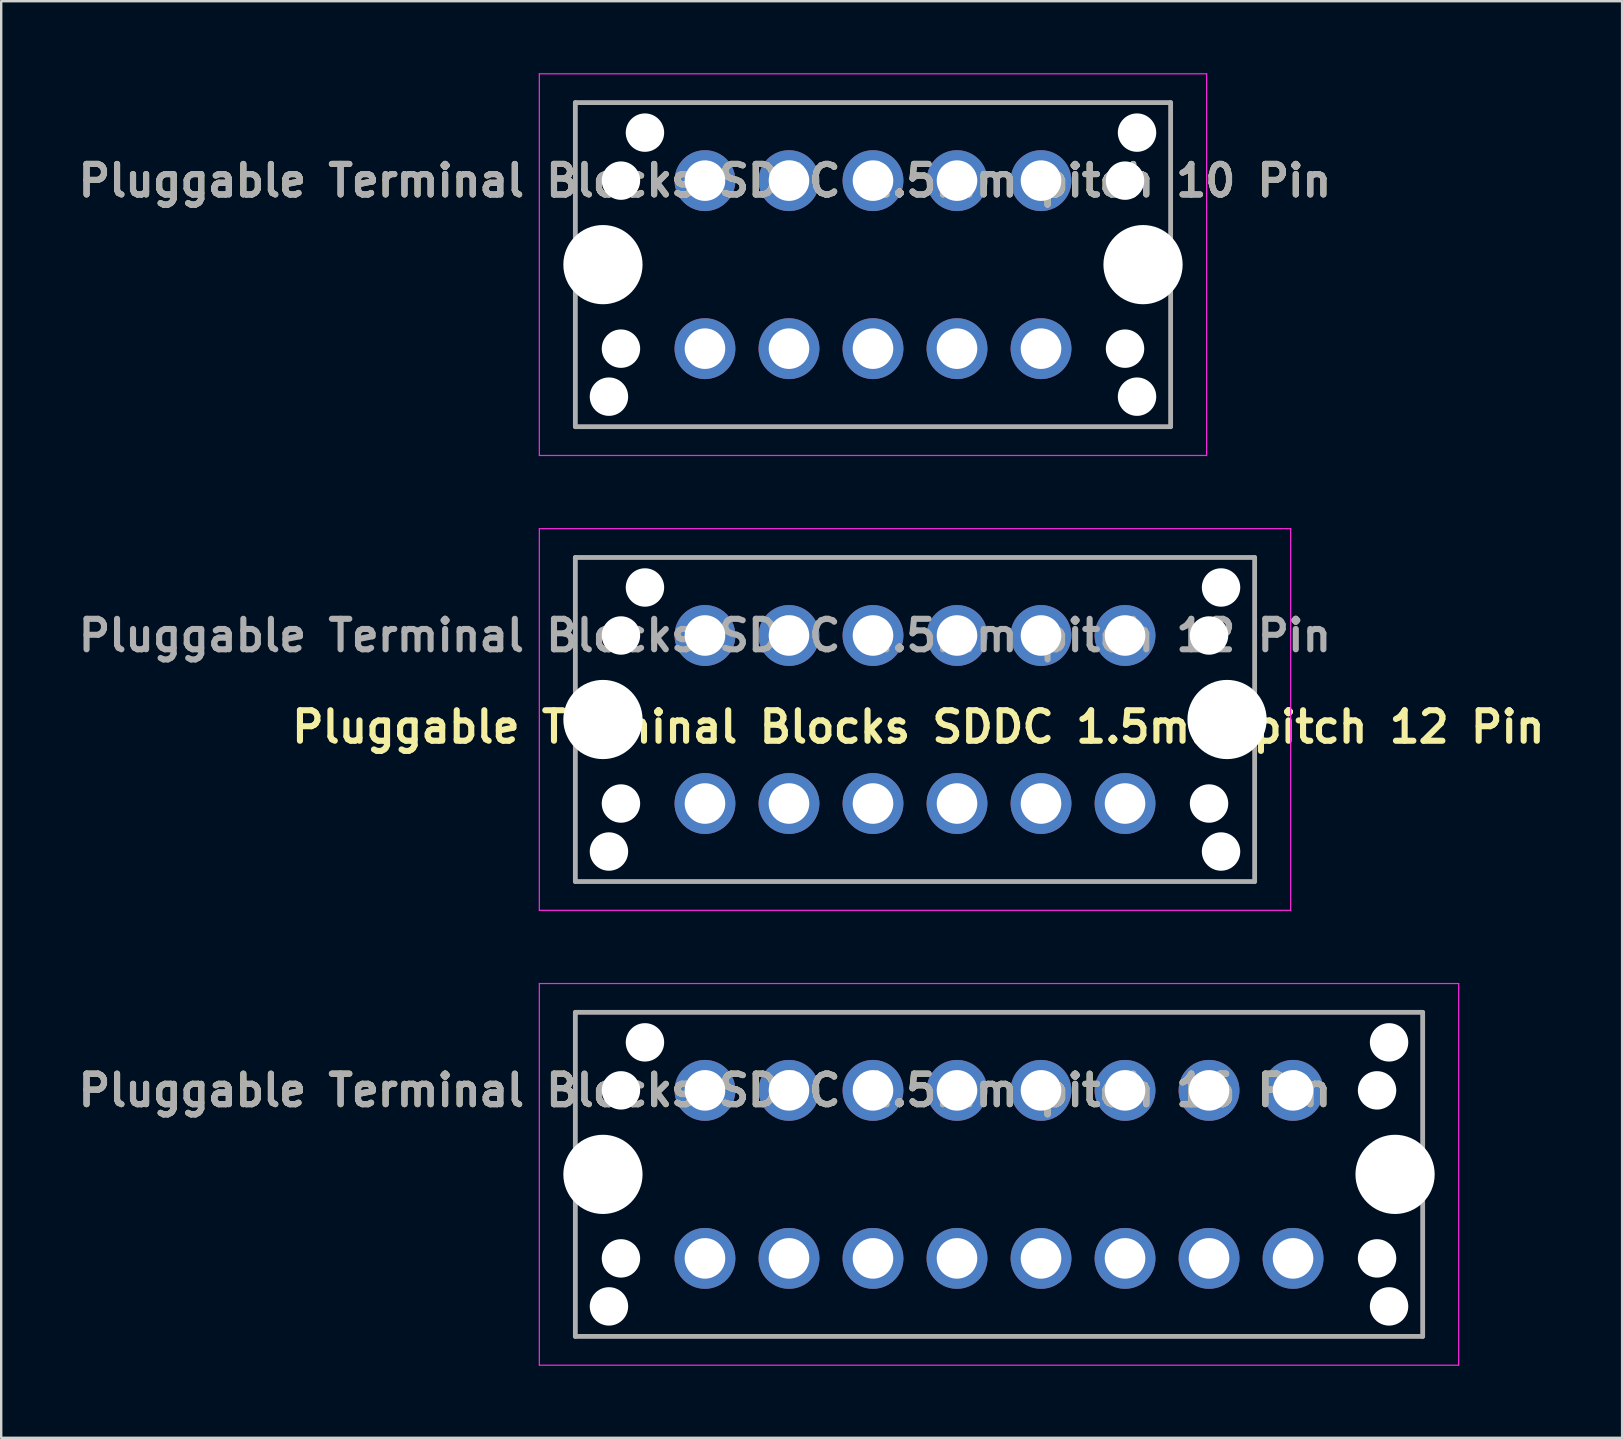
<source format=kicad_pcb>
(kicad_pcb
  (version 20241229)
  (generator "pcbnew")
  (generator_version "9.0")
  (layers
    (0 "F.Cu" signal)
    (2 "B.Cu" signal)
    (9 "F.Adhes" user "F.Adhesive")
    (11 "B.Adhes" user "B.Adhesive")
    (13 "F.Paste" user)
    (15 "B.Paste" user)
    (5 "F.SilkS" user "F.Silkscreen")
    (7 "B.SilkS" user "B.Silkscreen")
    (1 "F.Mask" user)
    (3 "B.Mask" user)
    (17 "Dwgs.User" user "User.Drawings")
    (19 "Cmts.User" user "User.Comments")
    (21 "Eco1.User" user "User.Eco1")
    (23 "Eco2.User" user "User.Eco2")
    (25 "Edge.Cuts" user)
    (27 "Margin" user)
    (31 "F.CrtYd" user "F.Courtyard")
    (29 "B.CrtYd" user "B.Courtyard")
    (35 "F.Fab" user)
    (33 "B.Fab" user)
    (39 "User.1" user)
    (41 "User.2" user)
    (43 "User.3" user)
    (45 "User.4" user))
  (footprint "Pluggable Terminal Blocks SDDC 1.5mm pitch 16 Pin"
    (layer "F.Cu")
    (at 26.319 42.375)
    (property "Reference" "Pluggable Terminal Blocks SDDC 1.5mm pitch 16 Pin" (at 0 0 0) (layer "F.SilkS") (effects (font (size 1.27 1.27) (thickness 0.254))))
    (attr through_hole)
    (fp_line (start -5.4 -3.25) (end 29.9 -3.25) (stroke (width 0.1) (type solid)) (layer "F.SilkS"))
    (fp_line (start 29.9 10.25) (end -5.4 10.25) (stroke (width 0.1) (type solid)) (layer "F.SilkS"))
    (fp_line (start -6.9 -4.45) (end 31.4 -4.45) (stroke (width 0.05) (type solid)) (layer "F.CrtYd"))
    (fp_line (start -6.9 11.45) (end -6.9 -4.45) (stroke (width 0.05) (type solid)) (layer "F.CrtYd"))
    (fp_line (start 31.4 -4.45) (end 31.4 11.45) (stroke (width 0.05) (type solid)) (layer "F.CrtYd"))
    (fp_line (start 31.4 11.45) (end -6.9 11.45) (stroke (width 0.05) (type solid)) (layer "F.CrtYd"))
    (fp_line (start -5.4 -3.25) (end 29.9 -3.25) (stroke (width 0.2) (type solid)) (layer "F.Fab"))
    (fp_line (start -5.4 10.25) (end -5.4 -3.25) (stroke (width 0.2) (type solid)) (layer "F.Fab"))
    (fp_line (start 29.9 -3.25) (end 29.9 10.25) (stroke (width 0.2) (type solid)) (layer "F.Fab"))
    (fp_line (start 29.9 10.25) (end -5.4 10.25) (stroke (width 0.2) (type solid)) (layer "F.Fab"))
    (fp_text user "${REFERENCE}" (at 0 0 0) (layer "F.Fab") (effects (font (size 1.27 1.27) (thickness 0.254))))
    (pad "" np_thru_hole circle (at -4.25 3.5) (size 3.3 3.3) (drill 3.3) (layers "*.Cu" "*.Mask"))
    (pad "" np_thru_hole circle (at -4 9) (size 1.6 1.6) (drill 1.6) (layers "*.Cu" "*.Mask"))
    (pad "" np_thru_hole circle (at -3.5 0) (size 1.6 1.6) (drill 1.6) (layers "*.Cu" "*.Mask"))
    (pad "" np_thru_hole circle (at -3.5 7) (size 1.6 1.6) (drill 1.6) (layers "*.Cu" "*.Mask"))
    (pad "" np_thru_hole circle (at -2.5 -2) (size 1.6 1.6) (drill 1.6) (layers "*.Cu" "*.Mask"))
    (pad "" np_thru_hole circle (at 28 0) (size 1.6 1.6) (drill 1.6) (layers "*.Cu" "*.Mask"))
    (pad "" np_thru_hole circle (at 28 7) (size 1.6 1.6) (drill 1.6) (layers "*.Cu" "*.Mask"))
    (pad "" np_thru_hole circle (at 28.5 -2) (size 1.6 1.6) (drill 1.6) (layers "*.Cu" "*.Mask"))
    (pad "" np_thru_hole circle (at 28.5 9) (size 1.6 1.6) (drill 1.6) (layers "*.Cu" "*.Mask"))
    (pad "" np_thru_hole circle (at 28.75 3.5) (size 3.3 3.3) (drill 3.3) (layers "*.Cu" "*.Mask"))
    (pad "1" thru_hole circle (at 0 0) (size 2.535 2.535) (drill 1.69) (layers "*.Cu" "*.Mask"))
    (pad "2" thru_hole circle (at 3.5 0) (size 2.535 2.535) (drill 1.69) (layers "*.Cu" "*.Mask"))
    (pad "3" thru_hole circle (at 7 0) (size 2.535 2.535) (drill 1.69) (layers "*.Cu" "*.Mask"))
    (pad "4" thru_hole circle (at 10.5 0) (size 2.535 2.535) (drill 1.69) (layers "*.Cu" "*.Mask"))
    (pad "5" thru_hole circle (at 14 0) (size 2.535 2.535) (drill 1.69) (layers "*.Cu" "*.Mask"))
    (pad "6" thru_hole circle (at 17.5 0) (size 2.535 2.535) (drill 1.69) (layers "*.Cu" "*.Mask"))
    (pad "7" thru_hole circle (at 21 0) (size 2.535 2.535) (drill 1.69) (layers "*.Cu" "*.Mask"))
    (pad "8" thru_hole circle (at 24.5 0) (size 2.535 2.535) (drill 1.69) (layers "*.Cu" "*.Mask"))
    (pad "9" thru_hole circle (at 0 7) (size 2.535 2.535) (drill 1.69) (layers "*.Cu" "*.Mask"))
    (pad "10" thru_hole circle (at 3.5 7) (size 2.535 2.535) (drill 1.69) (layers "*.Cu" "*.Mask"))
    (pad "11" thru_hole circle (at 7 7) (size 2.535 2.535) (drill 1.69) (layers "*.Cu" "*.Mask"))
    (pad "12" thru_hole circle (at 10.5 7) (size 2.535 2.535) (drill 1.69) (layers "*.Cu" "*.Mask"))
    (pad "13" thru_hole circle (at 14 7) (size 2.535 2.535) (drill 1.69) (layers "*.Cu" "*.Mask"))
    (pad "14" thru_hole circle (at 17.5 7) (size 2.535 2.535) (drill 1.69) (layers "*.Cu" "*.Mask"))
    (pad "15" thru_hole circle (at 21 7) (size 2.535 2.535) (drill 1.69) (layers "*.Cu" "*.Mask"))
    (pad "16" thru_hole circle (at 24.5 7) (size 2.535 2.535) (drill 1.69) (layers "*.Cu" "*.Mask")))
  (footprint "Pluggable Terminal Blocks SDDC 1.5mm pitch 10 Pin"
    (layer "F.Cu")
    (at 26.319 4.475)
    (property "Reference" "Pluggable Terminal Blocks SDDC 1.5mm pitch 10 Pin" (at 0 0 0) (layer "F.SilkS") (effects (font (size 1.27 1.27) (thickness 0.254))))
    (attr through_hole)
    (fp_line (start -5.4 -3.25) (end 19.4 -3.25) (stroke (width 0.1) (type solid)) (layer "F.SilkS"))
    (fp_line (start 19.4 10.25) (end -5.4 10.25) (stroke (width 0.1) (type solid)) (layer "F.SilkS"))
    (fp_line (start -6.9 -4.45) (end 20.9 -4.45) (stroke (width 0.05) (type solid)) (layer "F.CrtYd"))
    (fp_line (start -6.9 11.45) (end -6.9 -4.45) (stroke (width 0.05) (type solid)) (layer "F.CrtYd"))
    (fp_line (start 20.9 -4.45) (end 20.9 11.45) (stroke (width 0.05) (type solid)) (layer "F.CrtYd"))
    (fp_line (start 20.9 11.45) (end -6.9 11.45) (stroke (width 0.05) (type solid)) (layer "F.CrtYd"))
    (fp_line (start -5.4 -3.25) (end 19.4 -3.25) (stroke (width 0.2) (type solid)) (layer "F.Fab"))
    (fp_line (start -5.4 10.25) (end -5.4 -3.25) (stroke (width 0.2) (type solid)) (layer "F.Fab"))
    (fp_line (start 19.4 -3.25) (end 19.4 10.25) (stroke (width 0.2) (type solid)) (layer "F.Fab"))
    (fp_line (start 19.4 10.25) (end -5.4 10.25) (stroke (width 0.2) (type solid)) (layer "F.Fab"))
    (fp_text user "${REFERENCE}" (at 0 0 0) (layer "F.Fab") (effects (font (size 1.27 1.27) (thickness 0.254))))
    (pad "" np_thru_hole circle (at -4.25 3.5) (size 3.3 3.3) (drill 3.3) (layers "*.Cu" "*.Mask"))
    (pad "" np_thru_hole circle (at -4 9) (size 1.6 1.6) (drill 1.6) (layers "*.Cu" "*.Mask"))
    (pad "" np_thru_hole circle (at -3.5 0) (size 1.6 1.6) (drill 1.6) (layers "*.Cu" "*.Mask"))
    (pad "" np_thru_hole circle (at -3.5 7) (size 1.6 1.6) (drill 1.6) (layers "*.Cu" "*.Mask"))
    (pad "" np_thru_hole circle (at -2.5 -2) (size 1.6 1.6) (drill 1.6) (layers "*.Cu" "*.Mask"))
    (pad "" np_thru_hole circle (at 17.5 0) (size 1.6 1.6) (drill 1.6) (layers "*.Cu" "*.Mask"))
    (pad "" np_thru_hole circle (at 17.5 7) (size 1.6 1.6) (drill 1.6) (layers "*.Cu" "*.Mask"))
    (pad "" np_thru_hole circle (at 18 -2) (size 1.6 1.6) (drill 1.6) (layers "*.Cu" "*.Mask"))
    (pad "" np_thru_hole circle (at 18 9) (size 1.6 1.6) (drill 1.6) (layers "*.Cu" "*.Mask"))
    (pad "" np_thru_hole circle (at 18.25 3.5) (size 3.3 3.3) (drill 3.3) (layers "*.Cu" "*.Mask"))
    (pad "1" thru_hole circle (at 0 0) (size 2.535 2.535) (drill 1.69) (layers "*.Cu" "*.Mask"))
    (pad "2" thru_hole circle (at 3.5 0) (size 2.535 2.535) (drill 1.69) (layers "*.Cu" "*.Mask"))
    (pad "3" thru_hole circle (at 7 0) (size 2.535 2.535) (drill 1.69) (layers "*.Cu" "*.Mask"))
    (pad "4" thru_hole circle (at 10.5 0) (size 2.535 2.535) (drill 1.69) (layers "*.Cu" "*.Mask"))
    (pad "5" thru_hole circle (at 14 0) (size 2.535 2.535) (drill 1.69) (layers "*.Cu" "*.Mask"))
    (pad "6" thru_hole circle (at 0 7) (size 2.535 2.535) (drill 1.69) (layers "*.Cu" "*.Mask"))
    (pad "7" thru_hole circle (at 3.5 7) (size 2.535 2.535) (drill 1.69) (layers "*.Cu" "*.Mask"))
    (pad "8" thru_hole circle (at 7 7) (size 2.535 2.535) (drill 1.69) (layers "*.Cu" "*.Mask"))
    (pad "9" thru_hole circle (at 10.5 7) (size 2.535 2.535) (drill 1.69) (layers "*.Cu" "*.Mask"))
    (pad "10" thru_hole circle (at 14 7) (size 2.535 2.535) (drill 1.69) (layers "*.Cu" "*.Mask")))
  (footprint "Pluggable Terminal Blocks SDDC 1.5mm pitch 12 Pin"
    (layer "F.Cu")
    (at 26.319 23.425)
    (property "Reference" "Pluggable Terminal Blocks SDDC 1.5mm pitch 12 Pin" (at 8.89 3.81 0) (layer "F.SilkS") (effects (font (size 1.27 1.27) (thickness 0.254))))
    (attr through_hole)
    (fp_line (start -5.4 -3.25) (end 22.9 -3.25) (stroke (width 0.1) (type solid)) (layer "F.SilkS"))
    (fp_line (start 22.9 10.25) (end -5.4 10.25) (stroke (width 0.1) (type solid)) (layer "F.SilkS"))
    (fp_line (start -6.9 -4.45) (end 24.4 -4.45) (stroke (width 0.05) (type solid)) (layer "F.CrtYd"))
    (fp_line (start -6.9 11.45) (end -6.9 -4.45) (stroke (width 0.05) (type solid)) (layer "F.CrtYd"))
    (fp_line (start 24.4 -4.45) (end 24.4 11.45) (stroke (width 0.05) (type solid)) (layer "F.CrtYd"))
    (fp_line (start 24.4 11.45) (end -6.9 11.45) (stroke (width 0.05) (type solid)) (layer "F.CrtYd"))
    (fp_line (start -5.4 -3.25) (end 22.9 -3.25) (stroke (width 0.2) (type solid)) (layer "F.Fab"))
    (fp_line (start -5.4 10.25) (end -5.4 -3.25) (stroke (width 0.2) (type solid)) (layer "F.Fab"))
    (fp_line (start 22.9 -3.25) (end 22.9 10.25) (stroke (width 0.2) (type solid)) (layer "F.Fab"))
    (fp_line (start 22.9 10.25) (end -5.4 10.25) (stroke (width 0.2) (type solid)) (layer "F.Fab"))
    (fp_text user "${REFERENCE}" (at 0 0 0) (layer "F.Fab") (effects (font (size 1.27 1.27) (thickness 0.254))))
    (pad "" np_thru_hole circle (at -4.25 3.5) (size 3.3 3.3) (drill 3.3) (layers "*.Cu" "*.Mask"))
    (pad "" np_thru_hole circle (at -4 9) (size 1.6 1.6) (drill 1.6) (layers "*.Cu" "*.Mask"))
    (pad "" np_thru_hole circle (at -3.5 0) (size 1.6 1.6) (drill 1.6) (layers "*.Cu" "*.Mask"))
    (pad "" np_thru_hole circle (at -3.5 7) (size 1.6 1.6) (drill 1.6) (layers "*.Cu" "*.Mask"))
    (pad "" np_thru_hole circle (at -2.5 -2) (size 1.6 1.6) (drill 1.6) (layers "*.Cu" "*.Mask"))
    (pad "" np_thru_hole circle (at 21 0) (size 1.6 1.6) (drill 1.6) (layers "*.Cu" "*.Mask"))
    (pad "" np_thru_hole circle (at 21 7) (size 1.6 1.6) (drill 1.6) (layers "*.Cu" "*.Mask"))
    (pad "" np_thru_hole circle (at 21.5 -2) (size 1.6 1.6) (drill 1.6) (layers "*.Cu" "*.Mask"))
    (pad "" np_thru_hole circle (at 21.5 9) (size 1.6 1.6) (drill 1.6) (layers "*.Cu" "*.Mask"))
    (pad "" np_thru_hole circle (at 21.75 3.5) (size 3.3 3.3) (drill 3.3) (layers "*.Cu" "*.Mask"))
    (pad "1" thru_hole circle (at 0 0) (size 2.535 2.535) (drill 1.69) (layers "*.Cu" "*.Mask"))
    (pad "2" thru_hole circle (at 3.5 0) (size 2.535 2.535) (drill 1.69) (layers "*.Cu" "*.Mask"))
    (pad "3" thru_hole circle (at 7 0) (size 2.535 2.535) (drill 1.69) (layers "*.Cu" "*.Mask"))
    (pad "4" thru_hole circle (at 10.5 0) (size 2.535 2.535) (drill 1.69) (layers "*.Cu" "*.Mask"))
    (pad "5" thru_hole circle (at 14 0) (size 2.535 2.535) (drill 1.69) (layers "*.Cu" "*.Mask"))
    (pad "6" thru_hole circle (at 17.5 0) (size 2.535 2.535) (drill 1.69) (layers "*.Cu" "*.Mask"))
    (pad "7" thru_hole circle (at 0 7) (size 2.535 2.535) (drill 1.69) (layers "*.Cu" "*.Mask"))
    (pad "8" thru_hole circle (at 3.5 7) (size 2.535 2.535) (drill 1.69) (layers "*.Cu" "*.Mask"))
    (pad "9" thru_hole circle (at 7 7) (size 2.535 2.535) (drill 1.69) (layers "*.Cu" "*.Mask"))
    (pad "10" thru_hole circle (at 10.5 7) (size 2.535 2.535) (drill 1.69) (layers "*.Cu" "*.Mask"))
    (pad "11" thru_hole circle (at 14 7) (size 2.535 2.535) (drill 1.69) (layers "*.Cu" "*.Mask"))
    (pad "12" thru_hole circle (at 17.5 7) (size 2.535 2.535) (drill 1.69) (layers "*.Cu" "*.Mask")))
  (gr_rect
    (start -3 -3)
    (end 64.528 56.85)
    (stroke (width 0.1) (type default))
    (fill no)
    (layer "Edge.Cuts")))
</source>
